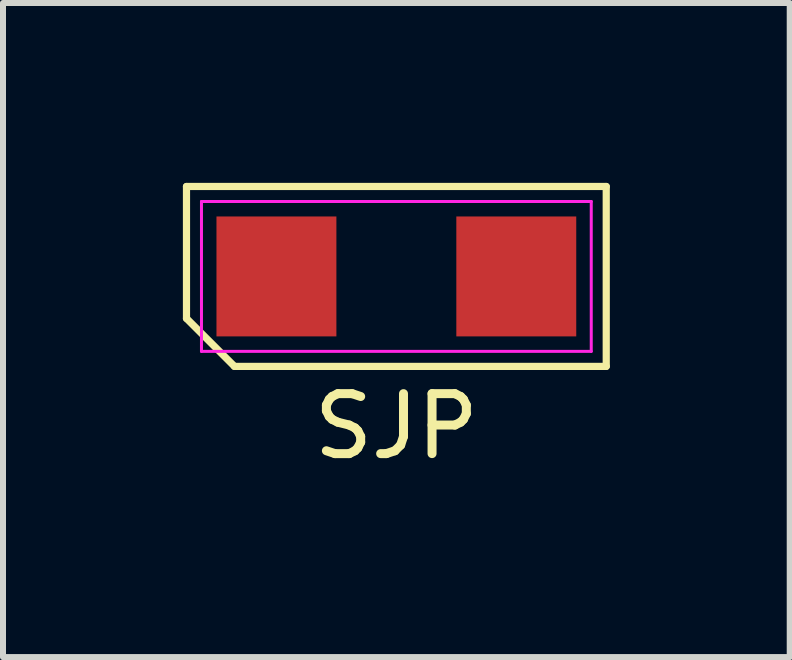
<source format=kicad_pcb>
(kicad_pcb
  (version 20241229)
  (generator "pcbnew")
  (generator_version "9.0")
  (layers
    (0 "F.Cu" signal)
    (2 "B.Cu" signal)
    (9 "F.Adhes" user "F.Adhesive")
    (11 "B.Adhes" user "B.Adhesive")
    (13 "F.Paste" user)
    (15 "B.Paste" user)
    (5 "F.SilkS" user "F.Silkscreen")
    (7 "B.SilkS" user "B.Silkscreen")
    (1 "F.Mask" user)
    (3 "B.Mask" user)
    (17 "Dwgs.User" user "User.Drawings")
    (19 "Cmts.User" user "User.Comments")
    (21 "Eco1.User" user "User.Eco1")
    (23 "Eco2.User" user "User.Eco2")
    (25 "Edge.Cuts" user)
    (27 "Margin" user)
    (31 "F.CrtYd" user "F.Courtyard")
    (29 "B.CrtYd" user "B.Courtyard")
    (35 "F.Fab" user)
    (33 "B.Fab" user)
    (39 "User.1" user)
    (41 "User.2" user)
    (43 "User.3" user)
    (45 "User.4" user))
  (footprint "SJP"
    (layer "F.Cu")
    (at 3.56 1.56)
    (property "Reference" "SJP" (at 0 2.5 0) (layer "F.SilkS") (effects (font (size 1 1) (thickness 0.15))))
    (attr smd)
    (fp_line (start -3.5 -1.5) (end 3.5 -1.5) (stroke (width 0.12) (type solid)) (layer "F.SilkS"))
    (fp_line (start -3.5 0.7) (end -3.5 -1.5) (stroke (width 0.12) (type solid)) (layer "F.SilkS"))
    (fp_line (start -2.7 1.5) (end -3.5 0.7) (stroke (width 0.12) (type solid)) (layer "F.SilkS"))
    (fp_line (start 3.5 -1.5) (end 3.5 1.5) (stroke (width 0.12) (type solid)) (layer "F.SilkS"))
    (fp_line (start 3.5 1.5) (end -2.7 1.5) (stroke (width 0.12) (type solid)) (layer "F.SilkS"))
    (fp_line (start -3.25 -1.25) (end 3.25 -1.25) (stroke (width 0.05) (type solid)) (layer "F.CrtYd"))
    (fp_line (start -3.25 1.25) (end -3.25 -1.25) (stroke (width 0.05) (type solid)) (layer "F.CrtYd"))
    (fp_line (start 3.25 -1.25) (end 3.25 1.25) (stroke (width 0.05) (type solid)) (layer "F.CrtYd"))
    (fp_line (start 3.25 1.25) (end -3.25 1.25) (stroke (width 0.05) (type solid)) (layer "F.CrtYd"))
    (pad "1" smd rect (at -2 0) (size 2 2) (layers "F.Cu" "F.Mask" "F.Paste"))
    (pad "2" smd rect (at 2 0) (size 2 2) (layers "F.Cu" "F.Mask" "F.Paste")))
  (gr_rect
    (start -3 -3)
    (end 10.12 7.908)
    (stroke (width 0.1) (type default))
    (fill no)
    (layer "Edge.Cuts")))
</source>
